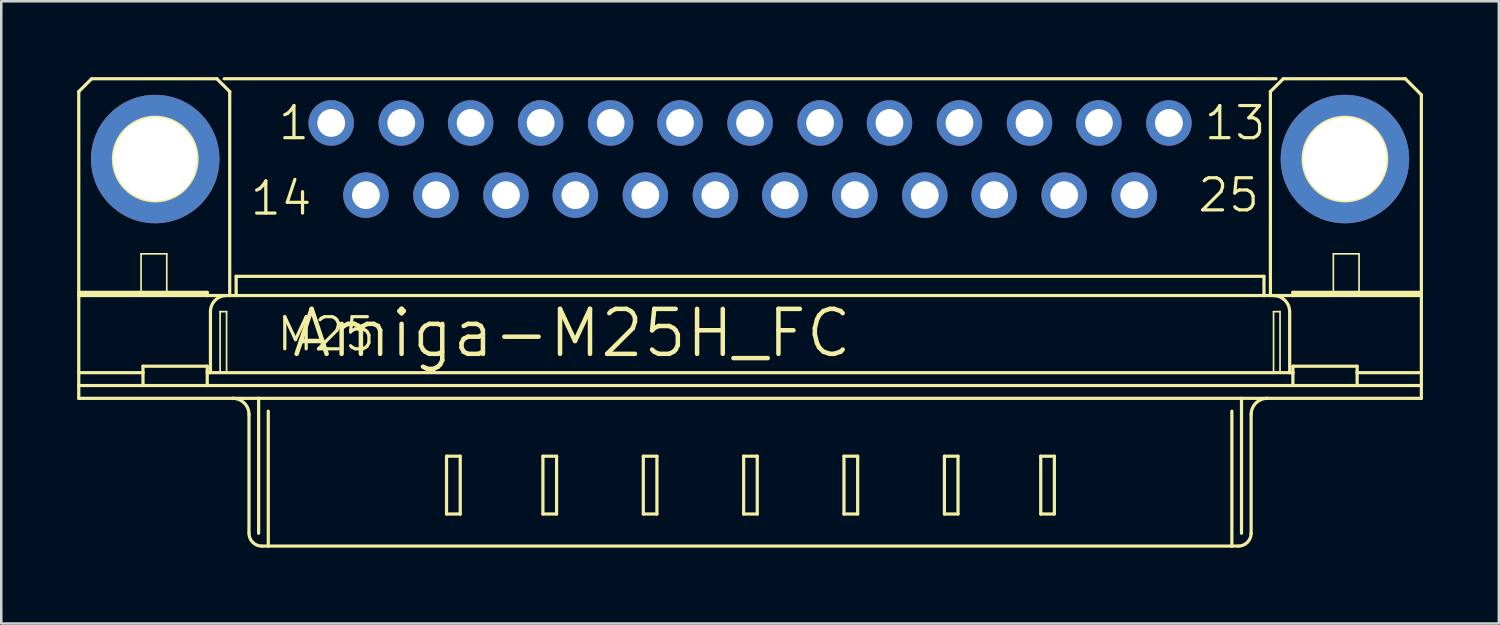
<source format=kicad_pcb>
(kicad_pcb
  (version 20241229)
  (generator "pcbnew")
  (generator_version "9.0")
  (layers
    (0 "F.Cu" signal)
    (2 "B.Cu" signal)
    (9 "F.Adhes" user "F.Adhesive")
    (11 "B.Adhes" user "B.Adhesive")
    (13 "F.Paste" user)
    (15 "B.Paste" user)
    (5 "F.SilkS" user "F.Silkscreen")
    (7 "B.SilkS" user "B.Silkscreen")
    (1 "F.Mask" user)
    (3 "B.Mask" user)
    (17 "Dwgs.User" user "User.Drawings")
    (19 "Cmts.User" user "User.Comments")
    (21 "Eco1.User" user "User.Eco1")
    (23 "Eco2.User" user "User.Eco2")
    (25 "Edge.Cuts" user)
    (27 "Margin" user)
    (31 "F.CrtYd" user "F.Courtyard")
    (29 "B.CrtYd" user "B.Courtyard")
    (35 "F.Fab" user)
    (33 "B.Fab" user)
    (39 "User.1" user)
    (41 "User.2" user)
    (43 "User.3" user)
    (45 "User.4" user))
  (footprint "Amiga-M25H_FC"
    (layer "F.Cu")
    (at 26.607 3.239)
    (property "Reference" "Amiga-M25H_FC" (at -7.048 6.888 0) (layer "F.SilkS") (effects (font (size 1.778 1.778) (thickness 0.178))))
    (attr exclude_from_pos_files exclude_from_bom)
    (fp_line (start -26.543 -2.667) (end -26.543 5.271) (stroke (width 0.127) (type solid)) (layer "F.SilkS"))
    (fp_line (start -26.543 5.397) (end -26.543 5.271) (stroke (width 0.127) (type solid)) (layer "F.SilkS"))
    (fp_line (start -26.543 8.445) (end -26.543 5.397) (stroke (width 0.127) (type solid)) (layer "F.SilkS"))
    (fp_line (start -26.543 8.954) (end -26.543 8.445) (stroke (width 0.127) (type solid)) (layer "F.SilkS"))
    (fp_line (start -26.543 8.954) (end 26.543 8.954) (stroke (width 0.066) (type solid)) (layer "F.SilkS"))
    (fp_line (start -26.543 9.461) (end -26.543 8.954) (stroke (width 0.066) (type solid)) (layer "F.SilkS"))
    (fp_line (start -26.543 9.461) (end -26.543 8.954) (stroke (width 0.127) (type solid)) (layer "F.SilkS"))
    (fp_line (start -26.543 9.461) (end 26.543 9.461) (stroke (width 0.066) (type solid)) (layer "F.SilkS"))
    (fp_line (start -26.035 -3.175) (end -26.543 -2.667) (stroke (width 0.127) (type solid)) (layer "F.SilkS"))
    (fp_line (start -24.079 3.747) (end -23.063 3.747) (stroke (width 0.066) (type solid)) (layer "F.SilkS"))
    (fp_line (start -24.079 5.397) (end -24.079 3.747) (stroke (width 0.066) (type solid)) (layer "F.SilkS"))
    (fp_line (start -24.079 5.397) (end -23.063 5.397) (stroke (width 0.066) (type solid)) (layer "F.SilkS"))
    (fp_line (start -24.003 8.445) (end -26.543 8.445) (stroke (width 0.127) (type solid)) (layer "F.SilkS"))
    (fp_line (start -24.003 8.445) (end -24.003 8.191) (stroke (width 0.127) (type solid)) (layer "F.SilkS"))
    (fp_line (start -24.003 8.445) (end -24.003 8.954) (stroke (width 0.127) (type solid)) (layer "F.SilkS"))
    (fp_line (start -24.003 8.954) (end -26.543 8.954) (stroke (width 0.127) (type solid)) (layer "F.SilkS"))
    (fp_line (start -23.063 5.397) (end -23.063 3.747) (stroke (width 0.066) (type solid)) (layer "F.SilkS"))
    (fp_line (start -21.463 5.271) (end -26.543 5.271) (stroke (width 0.127) (type solid)) (layer "F.SilkS"))
    (fp_line (start -21.463 5.271) (end -21.463 5.397) (stroke (width 0.127) (type solid)) (layer "F.SilkS"))
    (fp_line (start -21.463 5.397) (end -26.543 5.397) (stroke (width 0.127) (type solid)) (layer "F.SilkS"))
    (fp_line (start -21.463 8.191) (end -24.003 8.191) (stroke (width 0.127) (type solid)) (layer "F.SilkS"))
    (fp_line (start -21.463 8.191) (end -21.463 8.445) (stroke (width 0.127) (type solid)) (layer "F.SilkS"))
    (fp_line (start -21.463 8.445) (end -21.463 8.954) (stroke (width 0.127) (type solid)) (layer "F.SilkS"))
    (fp_line (start -21.463 8.954) (end -24.003 8.954) (stroke (width 0.127) (type solid)) (layer "F.SilkS"))
    (fp_line (start -21.336 6.032) (end -21.336 8.445) (stroke (width 0.127) (type solid)) (layer "F.SilkS"))
    (fp_line (start -21.336 8.445) (end -21.463 8.445) (stroke (width 0.127) (type solid)) (layer "F.SilkS"))
    (fp_line (start -21.082 -3.175) (end -26.035 -3.175) (stroke (width 0.127) (type solid)) (layer "F.SilkS"))
    (fp_line (start -20.955 6.032) (end -20.698 6.032) (stroke (width 0.066) (type solid)) (layer "F.SilkS"))
    (fp_line (start -20.955 8.445) (end -20.955 6.032) (stroke (width 0.066) (type solid)) (layer "F.SilkS"))
    (fp_line (start -20.955 8.445) (end -20.698 8.445) (stroke (width 0.066) (type solid)) (layer "F.SilkS"))
    (fp_line (start -20.795 -3.175) (end 20.795 -3.175) (stroke (width 0.127) (type solid)) (layer "F.SilkS"))
    (fp_line (start -20.698 5.397) (end -21.463 5.397) (stroke (width 0.127) (type solid)) (layer "F.SilkS"))
    (fp_line (start -20.698 8.445) (end -20.698 6.032) (stroke (width 0.066) (type solid)) (layer "F.SilkS"))
    (fp_line (start -20.574 -2.667) (end -21.082 -3.175) (stroke (width 0.127) (type solid)) (layer "F.SilkS"))
    (fp_line (start -20.574 -2.667) (end -20.574 5.397) (stroke (width 0.127) (type solid)) (layer "F.SilkS"))
    (fp_line (start -20.574 5.397) (end -20.698 5.397) (stroke (width 0.127) (type solid)) (layer "F.SilkS"))
    (fp_line (start -20.447 9.461) (end -26.543 9.461) (stroke (width 0.127) (type solid)) (layer "F.SilkS"))
    (fp_line (start -20.32 4.636) (end 20.32 4.636) (stroke (width 0.066) (type solid)) (layer "F.SilkS"))
    (fp_line (start -20.32 5.397) (end -20.574 5.397) (stroke (width 0.127) (type solid)) (layer "F.SilkS"))
    (fp_line (start -20.32 5.397) (end -20.32 4.636) (stroke (width 0.066) (type solid)) (layer "F.SilkS"))
    (fp_line (start -20.32 5.397) (end -20.32 4.636) (stroke (width 0.127) (type solid)) (layer "F.SilkS"))
    (fp_line (start -20.32 5.397) (end 20.32 5.397) (stroke (width 0.066) (type solid)) (layer "F.SilkS"))
    (fp_line (start -19.812 10.097) (end -19.812 14.796) (stroke (width 0.127) (type solid)) (layer "F.SilkS"))
    (fp_line (start -19.431 9.461) (end -20.447 9.461) (stroke (width 0.127) (type solid)) (layer "F.SilkS"))
    (fp_line (start -19.431 9.461) (end -19.431 14.796) (stroke (width 0.127) (type solid)) (layer "F.SilkS"))
    (fp_line (start -19.05 9.97) (end -19.05 15.303) (stroke (width 0.127) (type solid)) (layer "F.SilkS"))
    (fp_line (start -19.05 15.303) (end -19.304 15.303) (stroke (width 0.127) (type solid)) (layer "F.SilkS"))
    (fp_line (start -12.002 11.748) (end -11.46 11.748) (stroke (width 0.127) (type solid)) (layer "F.SilkS"))
    (fp_line (start -12.002 14.034) (end -12.002 11.748) (stroke (width 0.127) (type solid)) (layer "F.SilkS"))
    (fp_line (start -11.46 11.748) (end -11.46 14.034) (stroke (width 0.127) (type solid)) (layer "F.SilkS"))
    (fp_line (start -11.46 14.034) (end -12.002 14.034) (stroke (width 0.127) (type solid)) (layer "F.SilkS"))
    (fp_line (start -8.191 11.748) (end -7.65 11.748) (stroke (width 0.127) (type solid)) (layer "F.SilkS"))
    (fp_line (start -8.191 14.034) (end -8.191 11.748) (stroke (width 0.127) (type solid)) (layer "F.SilkS"))
    (fp_line (start -7.65 11.748) (end -7.65 14.034) (stroke (width 0.127) (type solid)) (layer "F.SilkS"))
    (fp_line (start -7.65 14.034) (end -8.191 14.034) (stroke (width 0.127) (type solid)) (layer "F.SilkS"))
    (fp_line (start -4.221 11.748) (end -3.683 11.748) (stroke (width 0.127) (type solid)) (layer "F.SilkS"))
    (fp_line (start -4.221 14.034) (end -4.221 11.748) (stroke (width 0.127) (type solid)) (layer "F.SilkS"))
    (fp_line (start -3.683 11.748) (end -3.683 14.034) (stroke (width 0.127) (type solid)) (layer "F.SilkS"))
    (fp_line (start -3.683 14.034) (end -4.221 14.034) (stroke (width 0.127) (type solid)) (layer "F.SilkS"))
    (fp_line (start -0.254 11.748) (end 0.284 11.748) (stroke (width 0.127) (type solid)) (layer "F.SilkS"))
    (fp_line (start -0.254 14.034) (end -0.254 11.748) (stroke (width 0.127) (type solid)) (layer "F.SilkS"))
    (fp_line (start 0.284 11.748) (end 0.284 14.034) (stroke (width 0.127) (type solid)) (layer "F.SilkS"))
    (fp_line (start 0.284 14.034) (end -0.254 14.034) (stroke (width 0.127) (type solid)) (layer "F.SilkS"))
    (fp_line (start 3.713 11.748) (end 4.255 11.748) (stroke (width 0.127) (type solid)) (layer "F.SilkS"))
    (fp_line (start 3.713 14.034) (end 3.713 11.748) (stroke (width 0.127) (type solid)) (layer "F.SilkS"))
    (fp_line (start 4.255 11.748) (end 4.255 14.034) (stroke (width 0.127) (type solid)) (layer "F.SilkS"))
    (fp_line (start 4.255 14.034) (end 3.713 14.034) (stroke (width 0.127) (type solid)) (layer "F.SilkS"))
    (fp_line (start 7.684 11.748) (end 8.222 11.748) (stroke (width 0.127) (type solid)) (layer "F.SilkS"))
    (fp_line (start 7.684 14.034) (end 7.684 11.748) (stroke (width 0.127) (type solid)) (layer "F.SilkS"))
    (fp_line (start 8.222 11.748) (end 8.222 14.034) (stroke (width 0.127) (type solid)) (layer "F.SilkS"))
    (fp_line (start 8.222 14.034) (end 7.684 14.034) (stroke (width 0.127) (type solid)) (layer "F.SilkS"))
    (fp_line (start 11.493 11.748) (end 12.032 11.748) (stroke (width 0.127) (type solid)) (layer "F.SilkS"))
    (fp_line (start 11.493 14.034) (end 11.493 11.748) (stroke (width 0.127) (type solid)) (layer "F.SilkS"))
    (fp_line (start 12.032 11.748) (end 12.032 14.034) (stroke (width 0.127) (type solid)) (layer "F.SilkS"))
    (fp_line (start 12.032 14.034) (end 11.493 14.034) (stroke (width 0.127) (type solid)) (layer "F.SilkS"))
    (fp_line (start 19.05 9.97) (end 19.05 15.303) (stroke (width 0.127) (type solid)) (layer "F.SilkS"))
    (fp_line (start 19.05 15.303) (end -19.05 15.303) (stroke (width 0.127) (type solid)) (layer "F.SilkS"))
    (fp_line (start 19.304 15.303) (end 19.05 15.303) (stroke (width 0.127) (type solid)) (layer "F.SilkS"))
    (fp_line (start 19.431 9.461) (end -19.431 9.461) (stroke (width 0.127) (type solid)) (layer "F.SilkS"))
    (fp_line (start 19.431 9.461) (end 19.431 14.796) (stroke (width 0.127) (type solid)) (layer "F.SilkS"))
    (fp_line (start 19.812 10.097) (end 19.812 14.796) (stroke (width 0.127) (type solid)) (layer "F.SilkS"))
    (fp_line (start 20.32 4.636) (end -20.32 4.636) (stroke (width 0.127) (type solid)) (layer "F.SilkS"))
    (fp_line (start 20.32 5.397) (end -20.32 5.397) (stroke (width 0.127) (type solid)) (layer "F.SilkS"))
    (fp_line (start 20.32 5.397) (end 20.32 4.636) (stroke (width 0.066) (type solid)) (layer "F.SilkS"))
    (fp_line (start 20.32 5.397) (end 20.32 4.636) (stroke (width 0.127) (type solid)) (layer "F.SilkS"))
    (fp_line (start 20.447 9.461) (end 19.431 9.461) (stroke (width 0.127) (type solid)) (layer "F.SilkS"))
    (fp_line (start 20.574 -2.667) (end 20.574 5.397) (stroke (width 0.127) (type solid)) (layer "F.SilkS"))
    (fp_line (start 20.574 5.397) (end 20.32 5.397) (stroke (width 0.127) (type solid)) (layer "F.SilkS"))
    (fp_line (start 20.698 6.032) (end 20.955 6.032) (stroke (width 0.066) (type solid)) (layer "F.SilkS"))
    (fp_line (start 20.698 8.445) (end 20.698 6.032) (stroke (width 0.066) (type solid)) (layer "F.SilkS"))
    (fp_line (start 20.698 8.445) (end 20.955 8.445) (stroke (width 0.066) (type solid)) (layer "F.SilkS"))
    (fp_line (start 20.955 8.445) (end 20.955 6.032) (stroke (width 0.066) (type solid)) (layer "F.SilkS"))
    (fp_line (start 21.082 -3.175) (end 20.574 -2.667) (stroke (width 0.127) (type solid)) (layer "F.SilkS"))
    (fp_line (start 21.082 -3.175) (end 25.908 -3.175) (stroke (width 0.127) (type solid)) (layer "F.SilkS"))
    (fp_line (start 21.336 6.032) (end 21.336 8.445) (stroke (width 0.127) (type solid)) (layer "F.SilkS"))
    (fp_line (start 21.336 8.445) (end -21.336 8.445) (stroke (width 0.127) (type solid)) (layer "F.SilkS"))
    (fp_line (start 21.463 5.271) (end 21.463 5.397) (stroke (width 0.127) (type solid)) (layer "F.SilkS"))
    (fp_line (start 21.463 5.397) (end 20.574 5.397) (stroke (width 0.127) (type solid)) (layer "F.SilkS"))
    (fp_line (start 21.463 8.191) (end 21.463 8.445) (stroke (width 0.127) (type solid)) (layer "F.SilkS"))
    (fp_line (start 21.463 8.445) (end 21.336 8.445) (stroke (width 0.127) (type solid)) (layer "F.SilkS"))
    (fp_line (start 21.463 8.445) (end 21.463 8.954) (stroke (width 0.127) (type solid)) (layer "F.SilkS"))
    (fp_line (start 21.463 8.954) (end -21.463 8.954) (stroke (width 0.127) (type solid)) (layer "F.SilkS"))
    (fp_line (start 23.063 3.747) (end 24.079 3.747) (stroke (width 0.066) (type solid)) (layer "F.SilkS"))
    (fp_line (start 23.063 5.397) (end 23.063 3.747) (stroke (width 0.066) (type solid)) (layer "F.SilkS"))
    (fp_line (start 23.063 5.397) (end 24.079 5.397) (stroke (width 0.066) (type solid)) (layer "F.SilkS"))
    (fp_line (start 24.003 8.191) (end 21.463 8.191) (stroke (width 0.127) (type solid)) (layer "F.SilkS"))
    (fp_line (start 24.003 8.445) (end 24.003 8.191) (stroke (width 0.127) (type solid)) (layer "F.SilkS"))
    (fp_line (start 24.003 8.445) (end 24.003 8.954) (stroke (width 0.127) (type solid)) (layer "F.SilkS"))
    (fp_line (start 24.003 8.954) (end 21.463 8.954) (stroke (width 0.127) (type solid)) (layer "F.SilkS"))
    (fp_line (start 24.079 5.397) (end 24.079 3.747) (stroke (width 0.066) (type solid)) (layer "F.SilkS"))
    (fp_line (start 25.908 -3.175) (end 26.543 -2.54) (stroke (width 0.127) (type solid)) (layer "F.SilkS"))
    (fp_line (start 26.543 -2.54) (end 26.543 5.271) (stroke (width 0.127) (type solid)) (layer "F.SilkS"))
    (fp_line (start 26.543 5.271) (end 21.463 5.271) (stroke (width 0.127) (type solid)) (layer "F.SilkS"))
    (fp_line (start 26.543 5.397) (end 21.463 5.397) (stroke (width 0.127) (type solid)) (layer "F.SilkS"))
    (fp_line (start 26.543 5.397) (end 26.543 5.271) (stroke (width 0.127) (type solid)) (layer "F.SilkS"))
    (fp_line (start 26.543 5.397) (end 26.543 8.445) (stroke (width 0.127) (type solid)) (layer "F.SilkS"))
    (fp_line (start 26.543 8.445) (end 24.003 8.445) (stroke (width 0.127) (type solid)) (layer "F.SilkS"))
    (fp_line (start 26.543 8.445) (end 26.543 8.954) (stroke (width 0.127) (type solid)) (layer "F.SilkS"))
    (fp_line (start 26.543 8.954) (end 24.003 8.954) (stroke (width 0.127) (type solid)) (layer "F.SilkS"))
    (fp_line (start 26.543 8.954) (end 26.543 9.461) (stroke (width 0.127) (type solid)) (layer "F.SilkS"))
    (fp_line (start 26.543 9.461) (end 20.447 9.461) (stroke (width 0.127) (type solid)) (layer "F.SilkS"))
    (fp_line (start 26.543 9.461) (end 26.543 8.954) (stroke (width 0.066) (type solid)) (layer "F.SilkS"))
    (fp_arc (start -21.336 6.0325) (mid -21.149269 5.581691) (end -20.69846 5.39496) (stroke (width 0.127) (type solid)) (layer "F.SilkS"))
    (fp_arc (start -20.447 9.4615) (mid -19.997987 9.647487) (end -19.812 10.0965) (stroke (width 0.127) (type solid)) (layer "F.SilkS"))
    (fp_arc (start -19.304 15.3035) (mid -19.66321 15.15471) (end -19.812 14.7955) (stroke (width 0.127) (type solid)) (layer "F.SilkS"))
    (fp_arc (start 19.812 10.0965) (mid 19.997987 9.647487) (end 20.447 9.4615) (stroke (width 0.127) (type solid)) (layer "F.SilkS"))
    (fp_arc (start 19.812 14.7955) (mid 19.66321 15.15471) (end 19.304 15.3035) (stroke (width 0.127) (type solid)) (layer "F.SilkS"))
    (fp_arc (start 20.69846 5.3975) (mid 21.147473 5.583487) (end 21.33346 6.0325) (stroke (width 0.127) (type solid)) (layer "F.SilkS"))
    (fp_circle (center -23.52 0) (end -23.52 -1.651) (stroke (width 0.127) (type solid)) (fill no) (layer "F.SilkS"))
    (fp_circle (center 23.52 0) (end 23.52 -1.651) (stroke (width 0.127) (type solid)) (fill no) (layer "F.SilkS"))
    (fp_text user "13" (at 19.177 -1.427 0) (layer "F.SilkS") (effects (font (size 1.27 1.27) (thickness 0.127))))
    (fp_text user "25" (at 18.923 1.427 0) (layer "F.SilkS") (effects (font (size 1.27 1.27) (thickness 0.127))))
    (fp_text user "1" (at -18.034 -1.427 0) (layer "F.SilkS") (effects (font (size 1.27 1.27) (thickness 0.127))))
    (fp_text user "M25" (at -16.764 6.921 0) (layer "F.SilkS") (effects (font (size 1.27 1.27) (thickness 0.127))))
    (fp_text user "14" (at -18.542 1.554 0) (layer "F.SilkS") (effects (font (size 1.27 1.27) (thickness 0.127))))
    (pad "1" thru_hole circle (at -16.561 -1.427) (size 1.798 1.798) (drill 1.1) (layers "*.Cu" "*.Paste" "*.Mask"))
    (pad "2" thru_hole circle (at -13.792 -1.427) (size 1.798 1.798) (drill 1.1) (layers "*.Cu" "*.Paste" "*.Mask"))
    (pad "3" thru_hole circle (at -11.049 -1.427) (size 1.798 1.798) (drill 1.1) (layers "*.Cu" "*.Paste" "*.Mask"))
    (pad "4" thru_hole circle (at -8.28 -1.427) (size 1.798 1.798) (drill 1.1) (layers "*.Cu" "*.Paste" "*.Mask"))
    (pad "5" thru_hole circle (at -5.512 -1.427) (size 1.798 1.798) (drill 1.1) (layers "*.Cu" "*.Paste" "*.Mask"))
    (pad "6" thru_hole circle (at -2.769 -1.427) (size 1.798 1.798) (drill 1.1) (layers "*.Cu" "*.Paste" "*.Mask"))
    (pad "7" thru_hole circle (at 0 -1.427) (size 1.798 1.798) (drill 1.1) (layers "*.Cu" "*.Paste" "*.Mask"))
    (pad "8" thru_hole circle (at 2.769 -1.427) (size 1.798 1.798) (drill 1.1) (layers "*.Cu" "*.Paste" "*.Mask"))
    (pad "9" thru_hole circle (at 5.512 -1.427) (size 1.798 1.798) (drill 1.1) (layers "*.Cu" "*.Paste" "*.Mask"))
    (pad "10" thru_hole circle (at 8.28 -1.427) (size 1.798 1.798) (drill 1.1) (layers "*.Cu" "*.Paste" "*.Mask"))
    (pad "11" thru_hole circle (at 11.049 -1.427) (size 1.798 1.798) (drill 1.1) (layers "*.Cu" "*.Paste" "*.Mask"))
    (pad "12" thru_hole circle (at 13.792 -1.427) (size 1.798 1.798) (drill 1.1) (layers "*.Cu" "*.Paste" "*.Mask"))
    (pad "13" thru_hole circle (at 16.561 -1.427) (size 1.798 1.798) (drill 1.1) (layers "*.Cu" "*.Paste" "*.Mask"))
    (pad "14" thru_hole circle (at -15.189 1.427) (size 1.798 1.798) (drill 1.1) (layers "*.Cu" "*.Paste" "*.Mask"))
    (pad "15" thru_hole circle (at -12.421 1.427) (size 1.798 1.798) (drill 1.1) (layers "*.Cu" "*.Paste" "*.Mask"))
    (pad "16" thru_hole circle (at -9.652 1.427) (size 1.798 1.798) (drill 1.1) (layers "*.Cu" "*.Paste" "*.Mask"))
    (pad "17" thru_hole circle (at -6.909 1.427) (size 1.798 1.798) (drill 1.1) (layers "*.Cu" "*.Paste" "*.Mask"))
    (pad "18" thru_hole circle (at -4.14 1.427) (size 1.798 1.798) (drill 1.1) (layers "*.Cu" "*.Paste" "*.Mask"))
    (pad "19" thru_hole circle (at -1.372 1.427) (size 1.798 1.798) (drill 1.1) (layers "*.Cu" "*.Paste" "*.Mask"))
    (pad "20" thru_hole circle (at 1.372 1.427) (size 1.798 1.798) (drill 1.1) (layers "*.Cu" "*.Paste" "*.Mask"))
    (pad "21" thru_hole circle (at 4.14 1.427) (size 1.798 1.798) (drill 1.1) (layers "*.Cu" "*.Paste" "*.Mask"))
    (pad "22" thru_hole circle (at 6.909 1.427) (size 1.798 1.798) (drill 1.1) (layers "*.Cu" "*.Paste" "*.Mask"))
    (pad "23" thru_hole circle (at 9.652 1.427) (size 1.798 1.798) (drill 1.1) (layers "*.Cu" "*.Paste" "*.Mask"))
    (pad "24" thru_hole circle (at 12.421 1.427) (size 1.798 1.798) (drill 1.1) (layers "*.Cu" "*.Paste" "*.Mask"))
    (pad "25" thru_hole circle (at 15.189 1.427) (size 1.798 1.798) (drill 1.1) (layers "*.Cu" "*.Paste" "*.Mask"))
    (pad "G1" thru_hole circle (at -23.52 0) (size 5.08 5.08) (drill 3.302) (layers "*.Cu" "*.Paste" "*.Mask"))
    (pad "G2" thru_hole circle (at 23.52 0) (size 5.08 5.08) (drill 3.302) (layers "*.Cu" "*.Paste" "*.Mask")))
  (gr_rect
    (start -3 -3)
    (end 56.213 21.605)
    (stroke (width 0.1) (type default))
    (fill no)
    (layer "Edge.Cuts")))
</source>
